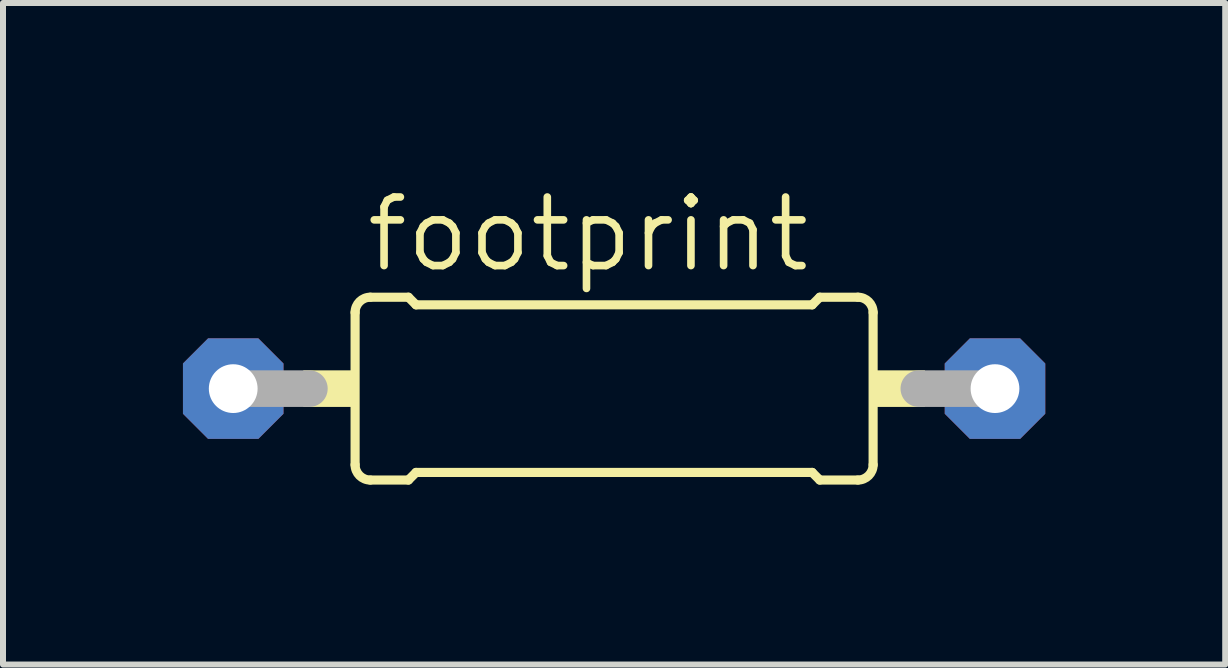
<source format=kicad_pcb>
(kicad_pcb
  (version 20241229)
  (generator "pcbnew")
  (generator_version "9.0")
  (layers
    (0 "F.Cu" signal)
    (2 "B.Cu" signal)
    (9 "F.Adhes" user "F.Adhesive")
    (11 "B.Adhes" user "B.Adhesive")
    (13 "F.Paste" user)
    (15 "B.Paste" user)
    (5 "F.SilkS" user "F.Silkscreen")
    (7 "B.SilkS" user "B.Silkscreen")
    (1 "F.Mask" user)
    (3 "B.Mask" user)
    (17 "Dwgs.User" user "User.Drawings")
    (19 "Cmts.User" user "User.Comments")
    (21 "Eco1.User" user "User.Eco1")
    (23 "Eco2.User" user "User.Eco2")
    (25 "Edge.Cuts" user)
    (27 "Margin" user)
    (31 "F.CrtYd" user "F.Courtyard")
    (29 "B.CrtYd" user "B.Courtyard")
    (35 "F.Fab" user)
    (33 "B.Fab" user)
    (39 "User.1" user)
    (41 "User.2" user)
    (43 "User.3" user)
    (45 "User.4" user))
  (footprint "footprint"
    (layer "F.Cu")
    (at 7.188 3.429)
    (property "Reference" "footprint" (at -4.191 -1.905 0) (layer "F.SilkS") (effects (font (size 1.143 1.143) (thickness 0.127)) (justify left bottom)))
    (fp_line (start -4.318 1.27) (end -4.318 -1.27) (stroke (width 0.152) (type solid)) (layer "F.SilkS"))
    (fp_line (start -4.064 -1.524) (end -3.429 -1.524) (stroke (width 0.152) (type solid)) (layer "F.SilkS"))
    (fp_line (start -4.064 1.524) (end -3.429 1.524) (stroke (width 0.152) (type solid)) (layer "F.SilkS"))
    (fp_line (start -3.302 -1.397) (end -3.429 -1.524) (stroke (width 0.152) (type solid)) (layer "F.SilkS"))
    (fp_line (start -3.302 1.397) (end -3.429 1.524) (stroke (width 0.152) (type solid)) (layer "F.SilkS"))
    (fp_line (start 3.302 -1.397) (end -3.302 -1.397) (stroke (width 0.152) (type solid)) (layer "F.SilkS"))
    (fp_line (start 3.302 -1.397) (end 3.429 -1.524) (stroke (width 0.152) (type solid)) (layer "F.SilkS"))
    (fp_line (start 3.302 1.397) (end -3.302 1.397) (stroke (width 0.152) (type solid)) (layer "F.SilkS"))
    (fp_line (start 3.302 1.397) (end 3.429 1.524) (stroke (width 0.152) (type solid)) (layer "F.SilkS"))
    (fp_line (start 4.064 -1.524) (end 3.429 -1.524) (stroke (width 0.152) (type solid)) (layer "F.SilkS"))
    (fp_line (start 4.064 1.524) (end 3.429 1.524) (stroke (width 0.152) (type solid)) (layer "F.SilkS"))
    (fp_line (start 4.318 1.27) (end 4.318 -1.27) (stroke (width 0.152) (type solid)) (layer "F.SilkS"))
    (fp_arc (start -4.318 -1.27) (mid -4.243605 -1.449605) (end -4.064 -1.524) (stroke (width 0.1524) (type solid)) (layer "F.SilkS"))
    (fp_arc (start -4.064 1.524) (mid -4.243605 1.449605) (end -4.318 1.27) (stroke (width 0.1524) (type solid)) (layer "F.SilkS"))
    (fp_arc (start 4.064 -1.524) (mid 4.243605 -1.449605) (end 4.318 -1.27) (stroke (width 0.1524) (type solid)) (layer "F.SilkS"))
    (fp_arc (start 4.318 1.27) (mid 4.243605 1.449605) (end 4.064 1.524) (stroke (width 0.1524) (type solid)) (layer "F.SilkS"))
    (fp_poly (pts (xy -5.182 0.305) (xy -4.318 0.305) (xy -4.318 -0.305) (xy -5.182 -0.305)) (stroke (width 0) (type solid)) (fill yes) (layer "F.SilkS"))
    (fp_poly (pts (xy 4.318 0.305) (xy 5.182 0.305) (xy 5.182 -0.305) (xy 4.318 -0.305)) (stroke (width 0) (type solid)) (fill yes) (layer "F.SilkS"))
    (fp_line (start -6.35 0) (end -5.08 0) (stroke (width 0.61) (type solid)) (layer "F.Fab"))
    (fp_line (start 6.35 0) (end 5.08 0) (stroke (width 0.61) (type solid)) (layer "F.Fab"))
    (pad "1" thru_hole roundrect (at -6.35 0) (size 1.676 1.676) (drill 0.813) (layers "*.Cu" "*.Mask") (roundrect_rratio 0.25) (chamfer_ratio 0.25) (chamfer top_left top_right bottom_left bottom_right))
    (pad "2" thru_hole roundrect (at 6.35 0) (size 1.676 1.676) (drill 0.813) (layers "*.Cu" "*.Mask") (roundrect_rratio 0.25) (chamfer_ratio 0.25) (chamfer top_left top_right bottom_left bottom_right)))
  (gr_rect
    (start -3 -3)
    (end 17.376 8.029)
    (stroke (width 0.1) (type default))
    (fill no)
    (layer "Edge.Cuts")))
</source>
